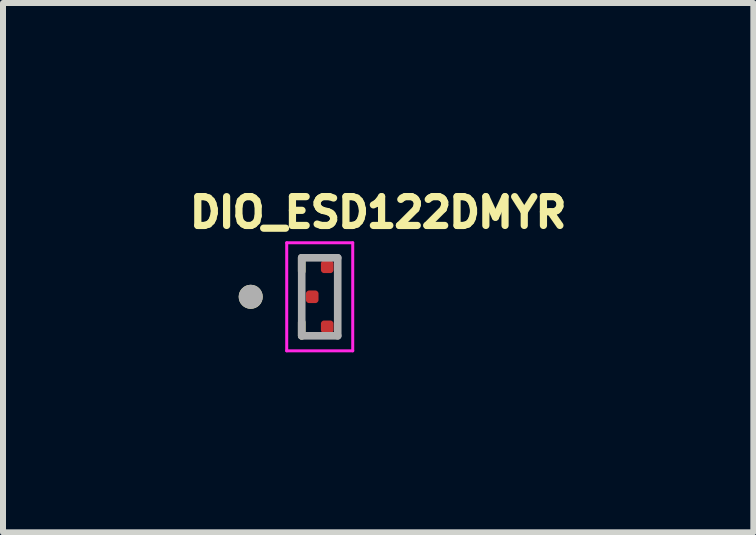
<source format=kicad_pcb>
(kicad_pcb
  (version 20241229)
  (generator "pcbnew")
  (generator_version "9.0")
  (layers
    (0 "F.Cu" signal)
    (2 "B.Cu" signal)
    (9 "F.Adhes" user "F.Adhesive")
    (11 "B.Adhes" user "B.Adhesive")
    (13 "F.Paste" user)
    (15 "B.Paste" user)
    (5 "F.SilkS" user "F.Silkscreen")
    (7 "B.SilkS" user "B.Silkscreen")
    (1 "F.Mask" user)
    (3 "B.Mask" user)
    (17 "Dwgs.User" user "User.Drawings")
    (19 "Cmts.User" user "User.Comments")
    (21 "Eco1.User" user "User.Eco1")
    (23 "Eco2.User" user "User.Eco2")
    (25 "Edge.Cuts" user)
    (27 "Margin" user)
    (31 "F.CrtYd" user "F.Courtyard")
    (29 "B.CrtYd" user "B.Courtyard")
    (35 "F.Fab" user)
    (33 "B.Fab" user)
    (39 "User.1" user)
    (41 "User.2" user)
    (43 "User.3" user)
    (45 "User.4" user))
  (footprint "DIO_ESD122DMYR"
    (layer "F.Cu")
    (at 2.278 1.896)
    (property "Reference" "DIO_ESD122DMYR" (at 0.974 -1.405 180) (layer "F.SilkS") (effects (font (size 0.48 0.48) (thickness 0.12))))
    (attr smd)
    (fp_poly (pts (xy -0.1 0.05) (xy -0.15 0.05) (xy -0.151 0.05) (xy -0.153 0.05) (xy -0.154 0.05) (xy -0.155 0.049) (xy -0.156 0.049) (xy -0.158 0.049) (xy -0.159 0.048) (xy -0.16 0.048) (xy -0.161 0.047) (xy -0.162 0.047) (xy -0.164 0.046) (xy -0.165 0.045) (xy -0.166 0.044) (xy -0.167 0.044) (xy -0.168 0.043) (xy -0.169 0.042) (xy -0.169 0.041) (xy -0.17 0.04) (xy -0.171 0.039) (xy -0.172 0.038) (xy -0.172 0.036) (xy -0.173 0.035) (xy -0.173 0.034) (xy -0.174 0.033) (xy -0.174 0.031) (xy -0.174 0.03) (xy -0.175 0.029) (xy -0.175 0.028) (xy -0.175 0.026) (xy -0.175 0.025) (xy -0.175 -0.025) (xy -0.175 -0.026) (xy -0.175 -0.028) (xy -0.175 -0.029) (xy -0.174 -0.03) (xy -0.174 -0.031) (xy -0.174 -0.033) (xy -0.173 -0.034) (xy -0.173 -0.035) (xy -0.172 -0.036) (xy -0.172 -0.038) (xy -0.171 -0.039) (xy -0.17 -0.04) (xy -0.169 -0.041) (xy -0.169 -0.042) (xy -0.168 -0.043) (xy -0.167 -0.044) (xy -0.166 -0.044) (xy -0.165 -0.045) (xy -0.164 -0.046) (xy -0.162 -0.047) (xy -0.161 -0.047) (xy -0.16 -0.048) (xy -0.159 -0.048) (xy -0.158 -0.049) (xy -0.156 -0.049) (xy -0.155 -0.049) (xy -0.154 -0.05) (xy -0.153 -0.05) (xy -0.151 -0.05) (xy -0.15 -0.05) (xy -0.1 -0.05) (xy -0.099 -0.05) (xy -0.097 -0.05) (xy -0.096 -0.05) (xy -0.095 -0.049) (xy -0.094 -0.049) (xy -0.092 -0.049) (xy -0.091 -0.048) (xy -0.09 -0.048) (xy -0.089 -0.047) (xy -0.087 -0.047) (xy -0.086 -0.046) (xy -0.085 -0.045) (xy -0.084 -0.044) (xy -0.083 -0.044) (xy -0.082 -0.043) (xy -0.081 -0.042) (xy -0.081 -0.041) (xy -0.08 -0.04) (xy -0.079 -0.039) (xy -0.078 -0.037) (xy -0.078 -0.036) (xy -0.077 -0.035) (xy -0.077 -0.034) (xy -0.076 -0.033) (xy -0.076 -0.031) (xy -0.076 -0.03) (xy -0.075 -0.029) (xy -0.075 -0.028) (xy -0.075 -0.026) (xy -0.075 -0.025) (xy -0.075 0.025) (xy -0.075 0.026) (xy -0.075 0.028) (xy -0.075 0.029) (xy -0.076 0.03) (xy -0.076 0.031) (xy -0.076 0.033) (xy -0.077 0.034) (xy -0.077 0.035) (xy -0.078 0.036) (xy -0.078 0.037) (xy -0.079 0.039) (xy -0.08 0.04) (xy -0.081 0.041) (xy -0.081 0.042) (xy -0.082 0.043) (xy -0.083 0.044) (xy -0.084 0.044) (xy -0.085 0.045) (xy -0.086 0.046) (xy -0.087 0.047) (xy -0.089 0.047) (xy -0.09 0.048) (xy -0.091 0.048) (xy -0.092 0.049) (xy -0.094 0.049) (xy -0.095 0.049) (xy -0.096 0.05) (xy -0.097 0.05) (xy -0.099 0.05) (xy -0.1 0.05)) (stroke (width 0.01) (type solid)) (fill yes) (layer "F.Mask"))
    (fp_poly (pts (xy 0.15 -0.45) (xy 0.1 -0.45) (xy 0.099 -0.45) (xy 0.097 -0.45) (xy 0.096 -0.45) (xy 0.095 -0.451) (xy 0.094 -0.451) (xy 0.092 -0.451) (xy 0.091 -0.452) (xy 0.09 -0.452) (xy 0.089 -0.453) (xy 0.087 -0.453) (xy 0.086 -0.454) (xy 0.085 -0.455) (xy 0.084 -0.456) (xy 0.083 -0.456) (xy 0.082 -0.457) (xy 0.081 -0.458) (xy 0.081 -0.459) (xy 0.08 -0.46) (xy 0.079 -0.461) (xy 0.078 -0.463) (xy 0.078 -0.464) (xy 0.077 -0.465) (xy 0.077 -0.466) (xy 0.076 -0.467) (xy 0.076 -0.469) (xy 0.076 -0.47) (xy 0.075 -0.471) (xy 0.075 -0.472) (xy 0.075 -0.474) (xy 0.075 -0.475) (xy 0.075 -0.525) (xy 0.075 -0.526) (xy 0.075 -0.528) (xy 0.075 -0.529) (xy 0.076 -0.53) (xy 0.076 -0.531) (xy 0.076 -0.533) (xy 0.077 -0.534) (xy 0.077 -0.535) (xy 0.078 -0.536) (xy 0.078 -0.538) (xy 0.079 -0.539) (xy 0.08 -0.54) (xy 0.081 -0.541) (xy 0.081 -0.542) (xy 0.082 -0.543) (xy 0.083 -0.544) (xy 0.084 -0.544) (xy 0.085 -0.545) (xy 0.086 -0.546) (xy 0.088 -0.547) (xy 0.089 -0.547) (xy 0.09 -0.548) (xy 0.091 -0.548) (xy 0.092 -0.549) (xy 0.094 -0.549) (xy 0.095 -0.549) (xy 0.096 -0.55) (xy 0.097 -0.55) (xy 0.099 -0.55) (xy 0.1 -0.55) (xy 0.15 -0.55) (xy 0.151 -0.55) (xy 0.153 -0.55) (xy 0.154 -0.55) (xy 0.155 -0.549) (xy 0.156 -0.549) (xy 0.158 -0.549) (xy 0.159 -0.548) (xy 0.16 -0.548) (xy 0.161 -0.547) (xy 0.162 -0.547) (xy 0.164 -0.546) (xy 0.165 -0.545) (xy 0.166 -0.544) (xy 0.167 -0.544) (xy 0.168 -0.543) (xy 0.169 -0.542) (xy 0.169 -0.541) (xy 0.17 -0.54) (xy 0.171 -0.539) (xy 0.172 -0.538) (xy 0.172 -0.536) (xy 0.173 -0.535) (xy 0.173 -0.534) (xy 0.174 -0.533) (xy 0.174 -0.531) (xy 0.174 -0.53) (xy 0.175 -0.529) (xy 0.175 -0.528) (xy 0.175 -0.526) (xy 0.175 -0.525) (xy 0.175 -0.475) (xy 0.175 -0.474) (xy 0.175 -0.472) (xy 0.175 -0.471) (xy 0.174 -0.47) (xy 0.174 -0.469) (xy 0.174 -0.467) (xy 0.173 -0.466) (xy 0.173 -0.465) (xy 0.172 -0.464) (xy 0.172 -0.463) (xy 0.171 -0.461) (xy 0.17 -0.46) (xy 0.169 -0.459) (xy 0.169 -0.458) (xy 0.168 -0.457) (xy 0.167 -0.456) (xy 0.166 -0.456) (xy 0.165 -0.455) (xy 0.164 -0.454) (xy 0.162 -0.453) (xy 0.161 -0.453) (xy 0.16 -0.452) (xy 0.159 -0.452) (xy 0.158 -0.451) (xy 0.156 -0.451) (xy 0.155 -0.451) (xy 0.154 -0.45) (xy 0.153 -0.45) (xy 0.151 -0.45) (xy 0.15 -0.45)) (stroke (width 0.01) (type solid)) (fill yes) (layer "F.Mask"))
    (fp_poly (pts (xy 0.15 0.55) (xy 0.1 0.55) (xy 0.099 0.55) (xy 0.097 0.55) (xy 0.096 0.55) (xy 0.095 0.549) (xy 0.094 0.549) (xy 0.092 0.549) (xy 0.091 0.548) (xy 0.09 0.548) (xy 0.089 0.547) (xy 0.087 0.547) (xy 0.086 0.546) (xy 0.085 0.545) (xy 0.084 0.544) (xy 0.083 0.544) (xy 0.082 0.543) (xy 0.081 0.542) (xy 0.081 0.541) (xy 0.08 0.54) (xy 0.079 0.539) (xy 0.078 0.538) (xy 0.078 0.536) (xy 0.077 0.535) (xy 0.077 0.534) (xy 0.076 0.533) (xy 0.076 0.531) (xy 0.076 0.53) (xy 0.075 0.529) (xy 0.075 0.528) (xy 0.075 0.526) (xy 0.075 0.525) (xy 0.075 0.475) (xy 0.075 0.474) (xy 0.075 0.472) (xy 0.075 0.471) (xy 0.076 0.47) (xy 0.076 0.469) (xy 0.076 0.467) (xy 0.077 0.466) (xy 0.077 0.465) (xy 0.078 0.464) (xy 0.078 0.463) (xy 0.079 0.461) (xy 0.08 0.46) (xy 0.081 0.459) (xy 0.081 0.458) (xy 0.082 0.457) (xy 0.083 0.456) (xy 0.084 0.456) (xy 0.085 0.455) (xy 0.086 0.454) (xy 0.087 0.453) (xy 0.089 0.453) (xy 0.09 0.452) (xy 0.091 0.452) (xy 0.092 0.451) (xy 0.094 0.451) (xy 0.095 0.451) (xy 0.096 0.45) (xy 0.097 0.45) (xy 0.099 0.45) (xy 0.1 0.45) (xy 0.15 0.45) (xy 0.151 0.45) (xy 0.153 0.45) (xy 0.154 0.45) (xy 0.155 0.451) (xy 0.156 0.451) (xy 0.158 0.451) (xy 0.159 0.452) (xy 0.16 0.452) (xy 0.161 0.453) (xy 0.162 0.453) (xy 0.164 0.454) (xy 0.165 0.455) (xy 0.166 0.456) (xy 0.167 0.456) (xy 0.168 0.457) (xy 0.169 0.458) (xy 0.169 0.459) (xy 0.17 0.46) (xy 0.171 0.461) (xy 0.172 0.463) (xy 0.172 0.464) (xy 0.173 0.465) (xy 0.173 0.466) (xy 0.174 0.467) (xy 0.174 0.469) (xy 0.174 0.47) (xy 0.175 0.471) (xy 0.175 0.472) (xy 0.175 0.474) (xy 0.175 0.475) (xy 0.175 0.525) (xy 0.175 0.526) (xy 0.175 0.528) (xy 0.175 0.529) (xy 0.174 0.53) (xy 0.174 0.531) (xy 0.174 0.533) (xy 0.173 0.534) (xy 0.173 0.535) (xy 0.172 0.536) (xy 0.172 0.538) (xy 0.171 0.539) (xy 0.17 0.54) (xy 0.169 0.541) (xy 0.169 0.542) (xy 0.168 0.543) (xy 0.167 0.544) (xy 0.166 0.544) (xy 0.165 0.545) (xy 0.164 0.546) (xy 0.162 0.547) (xy 0.161 0.547) (xy 0.16 0.548) (xy 0.159 0.548) (xy 0.158 0.549) (xy 0.156 0.549) (xy 0.155 0.549) (xy 0.154 0.55) (xy 0.153 0.55) (xy 0.151 0.55) (xy 0.15 0.55)) (stroke (width 0.01) (type solid)) (fill yes) (layer "F.Mask"))
    (fp_line (start -0.3 -0.425) (end -0.3 -0.65) (stroke (width 0.127) (type solid)) (layer "F.SilkS"))
    (fp_line (start -0.3 0.65) (end -0.3 0.425) (stroke (width 0.127) (type solid)) (layer "F.SilkS"))
    (fp_circle (center -1.15 0) (end -1.05 0) (stroke (width 0.2) (type solid)) (fill no) (layer "F.SilkS"))
    (fp_poly (pts (xy -0.07 0.105) (xy -0.18 0.105) (xy -0.183 0.105) (xy -0.185 0.105) (xy -0.188 0.104) (xy -0.19 0.104) (xy -0.193 0.103) (xy -0.195 0.103) (xy -0.198 0.102) (xy -0.2 0.101) (xy -0.203 0.1) (xy -0.205 0.098) (xy -0.207 0.097) (xy -0.209 0.095) (xy -0.211 0.094) (xy -0.213 0.092) (xy -0.215 0.09) (xy -0.217 0.088) (xy -0.219 0.086) (xy -0.22 0.084) (xy -0.222 0.082) (xy -0.223 0.08) (xy -0.225 0.078) (xy -0.226 0.075) (xy -0.227 0.073) (xy -0.228 0.07) (xy -0.228 0.068) (xy -0.229 0.065) (xy -0.229 0.063) (xy -0.23 0.06) (xy -0.23 0.058) (xy -0.23 0.055) (xy -0.23 -0.055) (xy -0.23 -0.058) (xy -0.23 -0.06) (xy -0.229 -0.063) (xy -0.229 -0.065) (xy -0.228 -0.068) (xy -0.228 -0.07) (xy -0.227 -0.073) (xy -0.226 -0.075) (xy -0.225 -0.078) (xy -0.223 -0.08) (xy -0.222 -0.082) (xy -0.22 -0.084) (xy -0.219 -0.086) (xy -0.217 -0.088) (xy -0.215 -0.09) (xy -0.213 -0.092) (xy -0.211 -0.094) (xy -0.209 -0.095) (xy -0.207 -0.097) (xy -0.205 -0.098) (xy -0.203 -0.1) (xy -0.2 -0.101) (xy -0.198 -0.102) (xy -0.195 -0.103) (xy -0.193 -0.103) (xy -0.19 -0.104) (xy -0.188 -0.104) (xy -0.185 -0.105) (xy -0.183 -0.105) (xy -0.18 -0.105) (xy -0.07 -0.105) (xy -0.067 -0.105) (xy -0.065 -0.105) (xy -0.062 -0.104) (xy -0.06 -0.104) (xy -0.057 -0.103) (xy -0.055 -0.103) (xy -0.052 -0.102) (xy -0.05 -0.101) (xy -0.047 -0.1) (xy -0.045 -0.098) (xy -0.043 -0.097) (xy -0.041 -0.095) (xy -0.039 -0.094) (xy -0.037 -0.092) (xy -0.035 -0.09) (xy -0.033 -0.088) (xy -0.031 -0.086) (xy -0.03 -0.084) (xy -0.028 -0.082) (xy -0.027 -0.08) (xy -0.025 -0.078) (xy -0.024 -0.075) (xy -0.023 -0.073) (xy -0.022 -0.07) (xy -0.022 -0.068) (xy -0.021 -0.065) (xy -0.021 -0.063) (xy -0.02 -0.06) (xy -0.02 -0.058) (xy -0.02 -0.055) (xy -0.02 0.055) (xy -0.02 0.058) (xy -0.02 0.06) (xy -0.021 0.063) (xy -0.021 0.065) (xy -0.022 0.068) (xy -0.022 0.07) (xy -0.023 0.073) (xy -0.024 0.075) (xy -0.025 0.078) (xy -0.027 0.08) (xy -0.028 0.082) (xy -0.03 0.084) (xy -0.031 0.086) (xy -0.033 0.088) (xy -0.035 0.09) (xy -0.037 0.092) (xy -0.039 0.094) (xy -0.041 0.095) (xy -0.043 0.097) (xy -0.045 0.098) (xy -0.047 0.1) (xy -0.05 0.101) (xy -0.052 0.102) (xy -0.055 0.103) (xy -0.057 0.103) (xy -0.06 0.104) (xy -0.062 0.104) (xy -0.065 0.105) (xy -0.067 0.105) (xy -0.07 0.105)) (stroke (width 0.01) (type solid)) (fill yes) (layer "F.Paste"))
    (fp_poly (pts (xy 0.18 -0.395) (xy 0.07 -0.395) (xy 0.067 -0.395) (xy 0.065 -0.395) (xy 0.062 -0.396) (xy 0.06 -0.396) (xy 0.057 -0.397) (xy 0.055 -0.397) (xy 0.052 -0.398) (xy 0.05 -0.399) (xy 0.047 -0.4) (xy 0.045 -0.402) (xy 0.043 -0.403) (xy 0.041 -0.405) (xy 0.039 -0.406) (xy 0.037 -0.408) (xy 0.035 -0.41) (xy 0.033 -0.412) (xy 0.031 -0.414) (xy 0.03 -0.416) (xy 0.028 -0.418) (xy 0.027 -0.42) (xy 0.025 -0.422) (xy 0.024 -0.425) (xy 0.023 -0.427) (xy 0.022 -0.43) (xy 0.022 -0.432) (xy 0.021 -0.435) (xy 0.021 -0.437) (xy 0.02 -0.44) (xy 0.02 -0.442) (xy 0.02 -0.445) (xy 0.02 -0.555) (xy 0.02 -0.558) (xy 0.02 -0.56) (xy 0.021 -0.563) (xy 0.021 -0.565) (xy 0.022 -0.568) (xy 0.022 -0.57) (xy 0.023 -0.573) (xy 0.024 -0.575) (xy 0.025 -0.578) (xy 0.027 -0.58) (xy 0.028 -0.582) (xy 0.03 -0.584) (xy 0.031 -0.586) (xy 0.033 -0.588) (xy 0.035 -0.59) (xy 0.037 -0.592) (xy 0.039 -0.594) (xy 0.041 -0.595) (xy 0.043 -0.597) (xy 0.045 -0.598) (xy 0.047 -0.6) (xy 0.05 -0.601) (xy 0.052 -0.602) (xy 0.055 -0.603) (xy 0.057 -0.603) (xy 0.06 -0.604) (xy 0.062 -0.604) (xy 0.065 -0.605) (xy 0.067 -0.605) (xy 0.07 -0.605) (xy 0.18 -0.605) (xy 0.183 -0.605) (xy 0.185 -0.605) (xy 0.188 -0.604) (xy 0.19 -0.604) (xy 0.193 -0.603) (xy 0.195 -0.603) (xy 0.198 -0.602) (xy 0.2 -0.601) (xy 0.203 -0.6) (xy 0.205 -0.598) (xy 0.207 -0.597) (xy 0.209 -0.595) (xy 0.211 -0.594) (xy 0.213 -0.592) (xy 0.215 -0.59) (xy 0.217 -0.588) (xy 0.219 -0.586) (xy 0.22 -0.584) (xy 0.222 -0.582) (xy 0.223 -0.58) (xy 0.225 -0.578) (xy 0.226 -0.575) (xy 0.227 -0.573) (xy 0.228 -0.57) (xy 0.228 -0.568) (xy 0.229 -0.565) (xy 0.229 -0.563) (xy 0.23 -0.56) (xy 0.23 -0.558) (xy 0.23 -0.555) (xy 0.23 -0.445) (xy 0.23 -0.442) (xy 0.23 -0.44) (xy 0.229 -0.437) (xy 0.229 -0.435) (xy 0.228 -0.432) (xy 0.228 -0.43) (xy 0.227 -0.427) (xy 0.226 -0.425) (xy 0.225 -0.422) (xy 0.223 -0.42) (xy 0.222 -0.418) (xy 0.22 -0.416) (xy 0.219 -0.414) (xy 0.217 -0.412) (xy 0.215 -0.41) (xy 0.213 -0.408) (xy 0.211 -0.406) (xy 0.209 -0.405) (xy 0.207 -0.403) (xy 0.205 -0.402) (xy 0.203 -0.4) (xy 0.2 -0.399) (xy 0.198 -0.398) (xy 0.195 -0.397) (xy 0.193 -0.397) (xy 0.19 -0.396) (xy 0.188 -0.396) (xy 0.185 -0.395) (xy 0.183 -0.395) (xy 0.18 -0.395)) (stroke (width 0.01) (type solid)) (fill yes) (layer "F.Paste"))
    (fp_poly (pts (xy 0.18 0.605) (xy 0.07 0.605) (xy 0.067 0.605) (xy 0.065 0.605) (xy 0.062 0.604) (xy 0.06 0.604) (xy 0.057 0.603) (xy 0.055 0.603) (xy 0.052 0.602) (xy 0.05 0.601) (xy 0.047 0.6) (xy 0.045 0.598) (xy 0.043 0.597) (xy 0.041 0.595) (xy 0.039 0.594) (xy 0.037 0.592) (xy 0.035 0.59) (xy 0.033 0.588) (xy 0.031 0.586) (xy 0.03 0.584) (xy 0.028 0.582) (xy 0.027 0.58) (xy 0.025 0.578) (xy 0.024 0.575) (xy 0.023 0.573) (xy 0.022 0.57) (xy 0.022 0.568) (xy 0.021 0.565) (xy 0.021 0.563) (xy 0.02 0.56) (xy 0.02 0.558) (xy 0.02 0.555) (xy 0.02 0.445) (xy 0.02 0.442) (xy 0.02 0.44) (xy 0.021 0.437) (xy 0.021 0.435) (xy 0.022 0.432) (xy 0.022 0.43) (xy 0.023 0.427) (xy 0.024 0.425) (xy 0.025 0.422) (xy 0.027 0.42) (xy 0.028 0.418) (xy 0.03 0.416) (xy 0.031 0.414) (xy 0.033 0.412) (xy 0.035 0.41) (xy 0.037 0.408) (xy 0.039 0.406) (xy 0.041 0.405) (xy 0.043 0.403) (xy 0.045 0.402) (xy 0.047 0.4) (xy 0.05 0.399) (xy 0.052 0.398) (xy 0.055 0.397) (xy 0.057 0.397) (xy 0.06 0.396) (xy 0.062 0.396) (xy 0.065 0.395) (xy 0.067 0.395) (xy 0.07 0.395) (xy 0.18 0.395) (xy 0.183 0.395) (xy 0.185 0.395) (xy 0.188 0.396) (xy 0.19 0.396) (xy 0.193 0.397) (xy 0.195 0.397) (xy 0.198 0.398) (xy 0.2 0.399) (xy 0.203 0.4) (xy 0.205 0.402) (xy 0.207 0.403) (xy 0.209 0.405) (xy 0.211 0.406) (xy 0.213 0.408) (xy 0.215 0.41) (xy 0.217 0.412) (xy 0.219 0.414) (xy 0.22 0.416) (xy 0.222 0.418) (xy 0.223 0.42) (xy 0.225 0.422) (xy 0.226 0.425) (xy 0.227 0.427) (xy 0.228 0.43) (xy 0.228 0.432) (xy 0.229 0.435) (xy 0.229 0.437) (xy 0.23 0.44) (xy 0.23 0.442) (xy 0.23 0.445) (xy 0.23 0.555) (xy 0.23 0.558) (xy 0.23 0.56) (xy 0.229 0.563) (xy 0.229 0.565) (xy 0.228 0.568) (xy 0.228 0.57) (xy 0.227 0.573) (xy 0.226 0.575) (xy 0.225 0.578) (xy 0.223 0.58) (xy 0.222 0.582) (xy 0.22 0.584) (xy 0.219 0.586) (xy 0.217 0.588) (xy 0.215 0.59) (xy 0.213 0.592) (xy 0.211 0.594) (xy 0.209 0.595) (xy 0.207 0.597) (xy 0.205 0.598) (xy 0.203 0.6) (xy 0.2 0.601) (xy 0.198 0.602) (xy 0.195 0.603) (xy 0.193 0.603) (xy 0.19 0.604) (xy 0.188 0.604) (xy 0.185 0.605) (xy 0.183 0.605) (xy 0.18 0.605)) (stroke (width 0.01) (type solid)) (fill yes) (layer "F.Paste"))
    (fp_line (start -0.55 -0.9) (end -0.55 0.9) (stroke (width 0.05) (type solid)) (layer "F.CrtYd"))
    (fp_line (start -0.55 0.9) (end 0.55 0.9) (stroke (width 0.05) (type solid)) (layer "F.CrtYd"))
    (fp_line (start 0.55 -0.9) (end -0.55 -0.9) (stroke (width 0.05) (type solid)) (layer "F.CrtYd"))
    (fp_line (start 0.55 0.9) (end 0.55 -0.9) (stroke (width 0.05) (type solid)) (layer "F.CrtYd"))
    (fp_line (start -0.3 -0.65) (end 0.3 -0.65) (stroke (width 0.127) (type solid)) (layer "F.Fab"))
    (fp_line (start -0.3 0.65) (end -0.3 -0.65) (stroke (width 0.127) (type solid)) (layer "F.Fab"))
    (fp_line (start -0.3 0.65) (end 0.3 0.65) (stroke (width 0.127) (type solid)) (layer "F.Fab"))
    (fp_line (start 0.3 0.65) (end 0.3 -0.65) (stroke (width 0.127) (type solid)) (layer "F.Fab"))
    (fp_circle (center -1.15 0) (end -1.05 0) (stroke (width 0.2) (type solid)) (fill no) (layer "F.Fab"))
    (pad "1" smd custom (at -0.125 0) (size 0.05 0.05) (layers "F.Cu") (options (anchor rect)) (primitives (gr_poly (pts (xy 0.1 -0.05) (xy 0.1 0.05) (xy 0.1 0.053) (xy 0.1 0.055) (xy 0.099 0.058) (xy 0.099 0.06) (xy 0.098 0.063) (xy 0.098 0.065) (xy 0.097 0.068) (xy 0.096 0.07) (xy 0.095 0.073) (xy 0.093 0.075) (xy 0.092 0.077) (xy 0.09 0.079) (xy 0.089 0.081) (xy 0.087 0.083) (xy 0.085 0.085) (xy 0.083 0.087) (xy 0.081 0.089) (xy 0.079 0.09) (xy 0.077 0.092) (xy 0.075 0.093) (xy 0.073 0.095) (xy 0.07 0.096) (xy 0.068 0.097) (xy 0.065 0.098) (xy 0.063 0.098) (xy 0.06 0.099) (xy 0.058 0.099) (xy 0.055 0.1) (xy 0.053 0.1) (xy 0.05 0.1) (xy -0.05 0.1) (xy -0.053 0.1) (xy -0.055 0.1) (xy -0.058 0.099) (xy -0.06 0.099) (xy -0.063 0.098) (xy -0.065 0.098) (xy -0.068 0.097) (xy -0.07 0.096) (xy -0.073 0.095) (xy -0.075 0.093) (xy -0.077 0.092) (xy -0.079 0.09) (xy -0.081 0.089) (xy -0.083 0.087) (xy -0.085 0.085) (xy -0.087 0.083) (xy -0.089 0.081) (xy -0.09 0.079) (xy -0.092 0.077) (xy -0.093 0.075) (xy -0.095 0.073) (xy -0.096 0.07) (xy -0.097 0.068) (xy -0.098 0.065) (xy -0.098 0.063) (xy -0.099 0.06) (xy -0.099 0.058) (xy -0.1 0.055) (xy -0.1 0.053) (xy -0.1 0.05) (xy -0.1 -0.05) (xy -0.1 -0.053) (xy -0.1 -0.055) (xy -0.099 -0.058) (xy -0.099 -0.06) (xy -0.098 -0.063) (xy -0.098 -0.065) (xy -0.097 -0.068) (xy -0.096 -0.07) (xy -0.095 -0.073) (xy -0.093 -0.075) (xy -0.092 -0.077) (xy -0.09 -0.079) (xy -0.089 -0.081) (xy -0.087 -0.083) (xy -0.085 -0.085) (xy -0.083 -0.087) (xy -0.081 -0.089) (xy -0.079 -0.09) (xy -0.077 -0.092) (xy -0.075 -0.093) (xy -0.073 -0.095) (xy -0.07 -0.096) (xy -0.068 -0.097) (xy -0.065 -0.098) (xy -0.063 -0.098) (xy -0.06 -0.099) (xy -0.058 -0.099) (xy -0.055 -0.1) (xy -0.053 -0.1) (xy -0.05 -0.1) (xy 0.05 -0.1) (xy 0.053 -0.1) (xy 0.055 -0.1) (xy 0.058 -0.099) (xy 0.06 -0.099) (xy 0.063 -0.098) (xy 0.065 -0.098) (xy 0.068 -0.097) (xy 0.07 -0.096) (xy 0.073 -0.095) (xy 0.075 -0.093) (xy 0.077 -0.092) (xy 0.079 -0.09) (xy 0.081 -0.089) (xy 0.083 -0.087) (xy 0.085 -0.085) (xy 0.087 -0.083) (xy 0.089 -0.081) (xy 0.09 -0.079) (xy 0.092 -0.077) (xy 0.093 -0.075) (xy 0.095 -0.073) (xy 0.096 -0.07) (xy 0.097 -0.068) (xy 0.098 -0.065) (xy 0.098 -0.063) (xy 0.099 -0.06) (xy 0.099 -0.058) (xy 0.1 -0.055) (xy 0.1 -0.053) (xy 0.1 -0.05)) (width 0.01) (fill yes))))
    (pad "2" smd custom (at 0.125 0.5) (size 0.05 0.05) (layers "F.Cu") (options (anchor rect)) (primitives (gr_poly (pts (xy 0.1 -0.05) (xy 0.1 0.05) (xy 0.1 0.053) (xy 0.1 0.055) (xy 0.099 0.058) (xy 0.099 0.06) (xy 0.098 0.063) (xy 0.098 0.065) (xy 0.097 0.068) (xy 0.096 0.07) (xy 0.095 0.073) (xy 0.093 0.075) (xy 0.092 0.077) (xy 0.09 0.079) (xy 0.089 0.081) (xy 0.087 0.083) (xy 0.085 0.085) (xy 0.083 0.087) (xy 0.081 0.089) (xy 0.079 0.09) (xy 0.077 0.092) (xy 0.075 0.093) (xy 0.073 0.095) (xy 0.07 0.096) (xy 0.068 0.097) (xy 0.065 0.098) (xy 0.063 0.098) (xy 0.06 0.099) (xy 0.058 0.099) (xy 0.055 0.1) (xy 0.053 0.1) (xy 0.05 0.1) (xy -0.05 0.1) (xy -0.053 0.1) (xy -0.055 0.1) (xy -0.058 0.099) (xy -0.06 0.099) (xy -0.063 0.098) (xy -0.065 0.098) (xy -0.068 0.097) (xy -0.07 0.096) (xy -0.073 0.095) (xy -0.075 0.093) (xy -0.077 0.092) (xy -0.079 0.09) (xy -0.081 0.089) (xy -0.083 0.087) (xy -0.085 0.085) (xy -0.087 0.083) (xy -0.089 0.081) (xy -0.09 0.079) (xy -0.092 0.077) (xy -0.093 0.075) (xy -0.095 0.073) (xy -0.096 0.07) (xy -0.097 0.068) (xy -0.098 0.065) (xy -0.098 0.063) (xy -0.099 0.06) (xy -0.099 0.058) (xy -0.1 0.055) (xy -0.1 0.053) (xy -0.1 0.05) (xy -0.1 -0.05) (xy -0.1 -0.053) (xy -0.1 -0.055) (xy -0.099 -0.058) (xy -0.099 -0.06) (xy -0.098 -0.063) (xy -0.098 -0.065) (xy -0.097 -0.068) (xy -0.096 -0.07) (xy -0.095 -0.073) (xy -0.093 -0.075) (xy -0.092 -0.077) (xy -0.09 -0.079) (xy -0.089 -0.081) (xy -0.087 -0.083) (xy -0.085 -0.085) (xy -0.083 -0.087) (xy -0.081 -0.089) (xy -0.079 -0.09) (xy -0.077 -0.092) (xy -0.075 -0.093) (xy -0.073 -0.095) (xy -0.07 -0.096) (xy -0.068 -0.097) (xy -0.065 -0.098) (xy -0.063 -0.098) (xy -0.06 -0.099) (xy -0.058 -0.099) (xy -0.055 -0.1) (xy -0.053 -0.1) (xy -0.05 -0.1) (xy 0.05 -0.1) (xy 0.053 -0.1) (xy 0.055 -0.1) (xy 0.058 -0.099) (xy 0.06 -0.099) (xy 0.063 -0.098) (xy 0.065 -0.098) (xy 0.068 -0.097) (xy 0.07 -0.096) (xy 0.073 -0.095) (xy 0.075 -0.093) (xy 0.077 -0.092) (xy 0.079 -0.09) (xy 0.081 -0.089) (xy 0.083 -0.087) (xy 0.085 -0.085) (xy 0.087 -0.083) (xy 0.089 -0.081) (xy 0.09 -0.079) (xy 0.092 -0.077) (xy 0.093 -0.075) (xy 0.095 -0.073) (xy 0.096 -0.07) (xy 0.097 -0.068) (xy 0.098 -0.065) (xy 0.098 -0.063) (xy 0.099 -0.06) (xy 0.099 -0.058) (xy 0.1 -0.055) (xy 0.1 -0.053) (xy 0.1 -0.05)) (width 0.01) (fill yes))))
    (pad "3" smd custom (at 0.125 -0.5) (size 0.05 0.05) (layers "F.Cu") (options (anchor rect)) (primitives (gr_poly (pts (xy 0.1 -0.05) (xy 0.1 0.05) (xy 0.1 0.053) (xy 0.1 0.055) (xy 0.099 0.058) (xy 0.099 0.06) (xy 0.098 0.063) (xy 0.098 0.065) (xy 0.097 0.068) (xy 0.096 0.07) (xy 0.095 0.073) (xy 0.093 0.075) (xy 0.092 0.077) (xy 0.09 0.079) (xy 0.089 0.081) (xy 0.087 0.083) (xy 0.085 0.085) (xy 0.083 0.087) (xy 0.081 0.089) (xy 0.079 0.09) (xy 0.077 0.092) (xy 0.075 0.093) (xy 0.073 0.095) (xy 0.07 0.096) (xy 0.068 0.097) (xy 0.065 0.098) (xy 0.063 0.098) (xy 0.06 0.099) (xy 0.058 0.099) (xy 0.055 0.1) (xy 0.053 0.1) (xy 0.05 0.1) (xy -0.05 0.1) (xy -0.053 0.1) (xy -0.055 0.1) (xy -0.058 0.099) (xy -0.06 0.099) (xy -0.063 0.098) (xy -0.065 0.098) (xy -0.068 0.097) (xy -0.07 0.096) (xy -0.073 0.095) (xy -0.075 0.093) (xy -0.077 0.092) (xy -0.079 0.09) (xy -0.081 0.089) (xy -0.083 0.087) (xy -0.085 0.085) (xy -0.087 0.083) (xy -0.089 0.081) (xy -0.09 0.079) (xy -0.092 0.077) (xy -0.093 0.075) (xy -0.095 0.073) (xy -0.096 0.07) (xy -0.097 0.068) (xy -0.098 0.065) (xy -0.098 0.063) (xy -0.099 0.06) (xy -0.099 0.058) (xy -0.1 0.055) (xy -0.1 0.053) (xy -0.1 0.05) (xy -0.1 -0.05) (xy -0.1 -0.053) (xy -0.1 -0.055) (xy -0.099 -0.058) (xy -0.099 -0.06) (xy -0.098 -0.063) (xy -0.098 -0.065) (xy -0.097 -0.068) (xy -0.096 -0.07) (xy -0.095 -0.073) (xy -0.093 -0.075) (xy -0.092 -0.077) (xy -0.09 -0.079) (xy -0.089 -0.081) (xy -0.087 -0.083) (xy -0.085 -0.085) (xy -0.083 -0.087) (xy -0.081 -0.089) (xy -0.079 -0.09) (xy -0.077 -0.092) (xy -0.075 -0.093) (xy -0.073 -0.095) (xy -0.07 -0.096) (xy -0.068 -0.097) (xy -0.065 -0.098) (xy -0.063 -0.098) (xy -0.06 -0.099) (xy -0.058 -0.099) (xy -0.055 -0.1) (xy -0.053 -0.1) (xy -0.05 -0.1) (xy 0.05 -0.1) (xy 0.053 -0.1) (xy 0.055 -0.1) (xy 0.058 -0.099) (xy 0.06 -0.099) (xy 0.063 -0.098) (xy 0.065 -0.098) (xy 0.068 -0.097) (xy 0.07 -0.096) (xy 0.073 -0.095) (xy 0.075 -0.093) (xy 0.077 -0.092) (xy 0.079 -0.09) (xy 0.081 -0.089) (xy 0.083 -0.087) (xy 0.085 -0.085) (xy 0.087 -0.083) (xy 0.089 -0.081) (xy 0.09 -0.079) (xy 0.092 -0.077) (xy 0.093 -0.075) (xy 0.095 -0.073) (xy 0.096 -0.07) (xy 0.097 -0.068) (xy 0.098 -0.065) (xy 0.098 -0.063) (xy 0.099 -0.06) (xy 0.099 -0.058) (xy 0.1 -0.055) (xy 0.1 -0.053) (xy 0.1 -0.05)) (width 0.01) (fill yes)))))
  (gr_rect
    (start -3 -3)
    (end 9.504 5.821)
    (stroke (width 0.1) (type default))
    (fill no)
    (layer "Edge.Cuts")))
</source>
